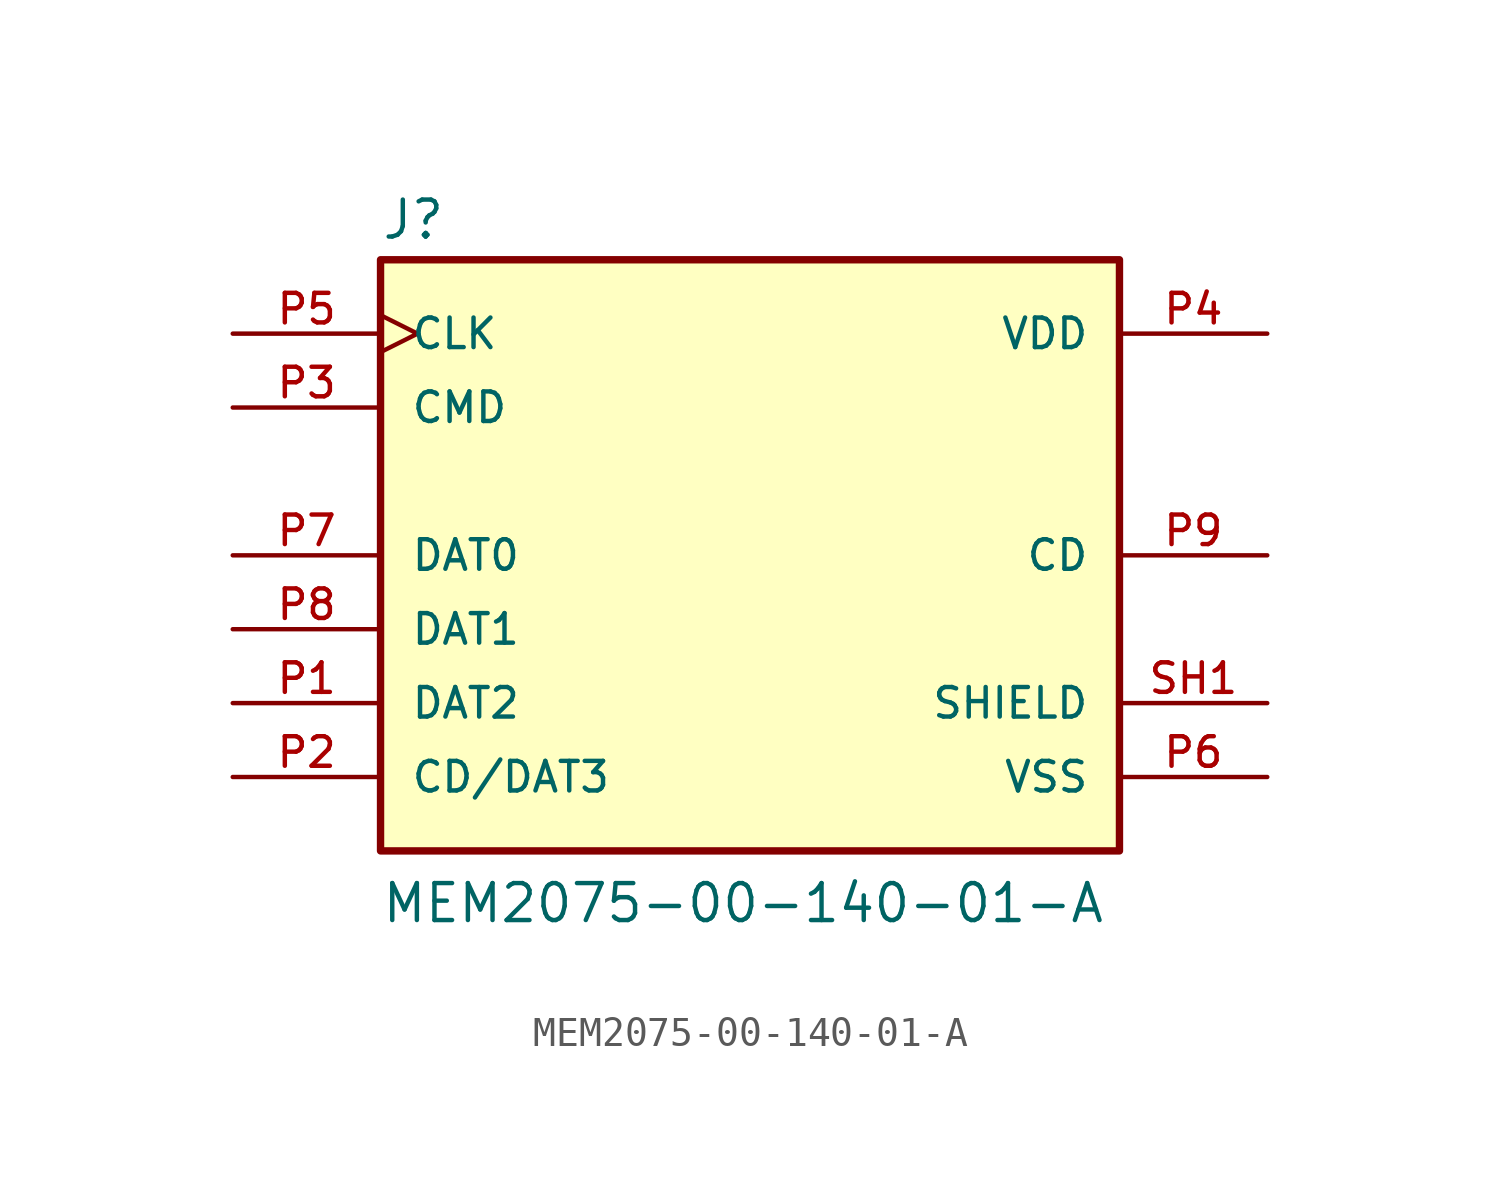
<source format=kicad_sym>
(kicad_symbol_lib
  (version 20231120)
  (generator "kicad_symbol_editor")
  (generator_version "8.0")
  (symbol "MEM2075-00-140-01-A"
    (pin_names
      (offset 1.016))
    (property "Reference" "J"
      (at -12.7 10.795 0)
      (effects (font (size 1.27 1.27)) (justify left bottom)))
    (property "Value" "MEM2075-00-140-01-A"
      (at -12.7 -12.7 0)
      (effects (font (size 1.27 1.27)) (justify left bottom)))
    (symbol "MEM2075-00-140-01-A_0_0"
      (rectangle (start -12.7 -10.16) (end 12.7 10.16) (stroke (width 0.254) (type default)) (fill (type background)))
      (pin bidirectional line (at -17.78 -5.08 0) (length 5.08) (name "DAT2" (effects (font (size 1.016 1.016)))) (number "P1" (effects (font (size 1.016 1.016)))))
      (pin bidirectional line (at -17.78 -7.62 0) (length 5.08) (name "CD/DAT3" (effects (font (size 1.016 1.016)))) (number "P2" (effects (font (size 1.016 1.016)))))
      (pin bidirectional line (at -17.78 5.08 0) (length 5.08) (name "CMD" (effects (font (size 1.016 1.016)))) (number "P3" (effects (font (size 1.016 1.016)))))
      (pin power_in line (at 17.78 7.62 180) (length 5.08) (name "VDD" (effects (font (size 1.016 1.016)))) (number "P4" (effects (font (size 1.016 1.016)))))
      (pin bidirectional clock (at -17.78 7.62 0) (length 5.08) (name "CLK" (effects (font (size 1.016 1.016)))) (number "P5" (effects (font (size 1.016 1.016)))))
      (pin power_in line (at 17.78 -7.62 180) (length 5.08) (name "VSS" (effects (font (size 1.016 1.016)))) (number "P6" (effects (font (size 1.016 1.016)))))
      (pin bidirectional line (at -17.78 0 0) (length 5.08) (name "DAT0" (effects (font (size 1.016 1.016)))) (number "P7" (effects (font (size 1.016 1.016)))))
      (pin bidirectional line (at -17.78 -2.54 0) (length 5.08) (name "DAT1" (effects (font (size 1.016 1.016)))) (number "P8" (effects (font (size 1.016 1.016)))))
      (pin passive line (at 17.78 0 180) (length 5.08) (name "CD" (effects (font (size 1.016 1.016)))) (number "P9" (effects (font (size 1.016 1.016)))))
      (pin power_in line (at 17.78 -5.08 180) (length 5.08) (name "SHIELD" (effects (font (size 1.016 1.016)))) (number "SH1" (effects (font (size 1.016 1.016))))))))
</source>
